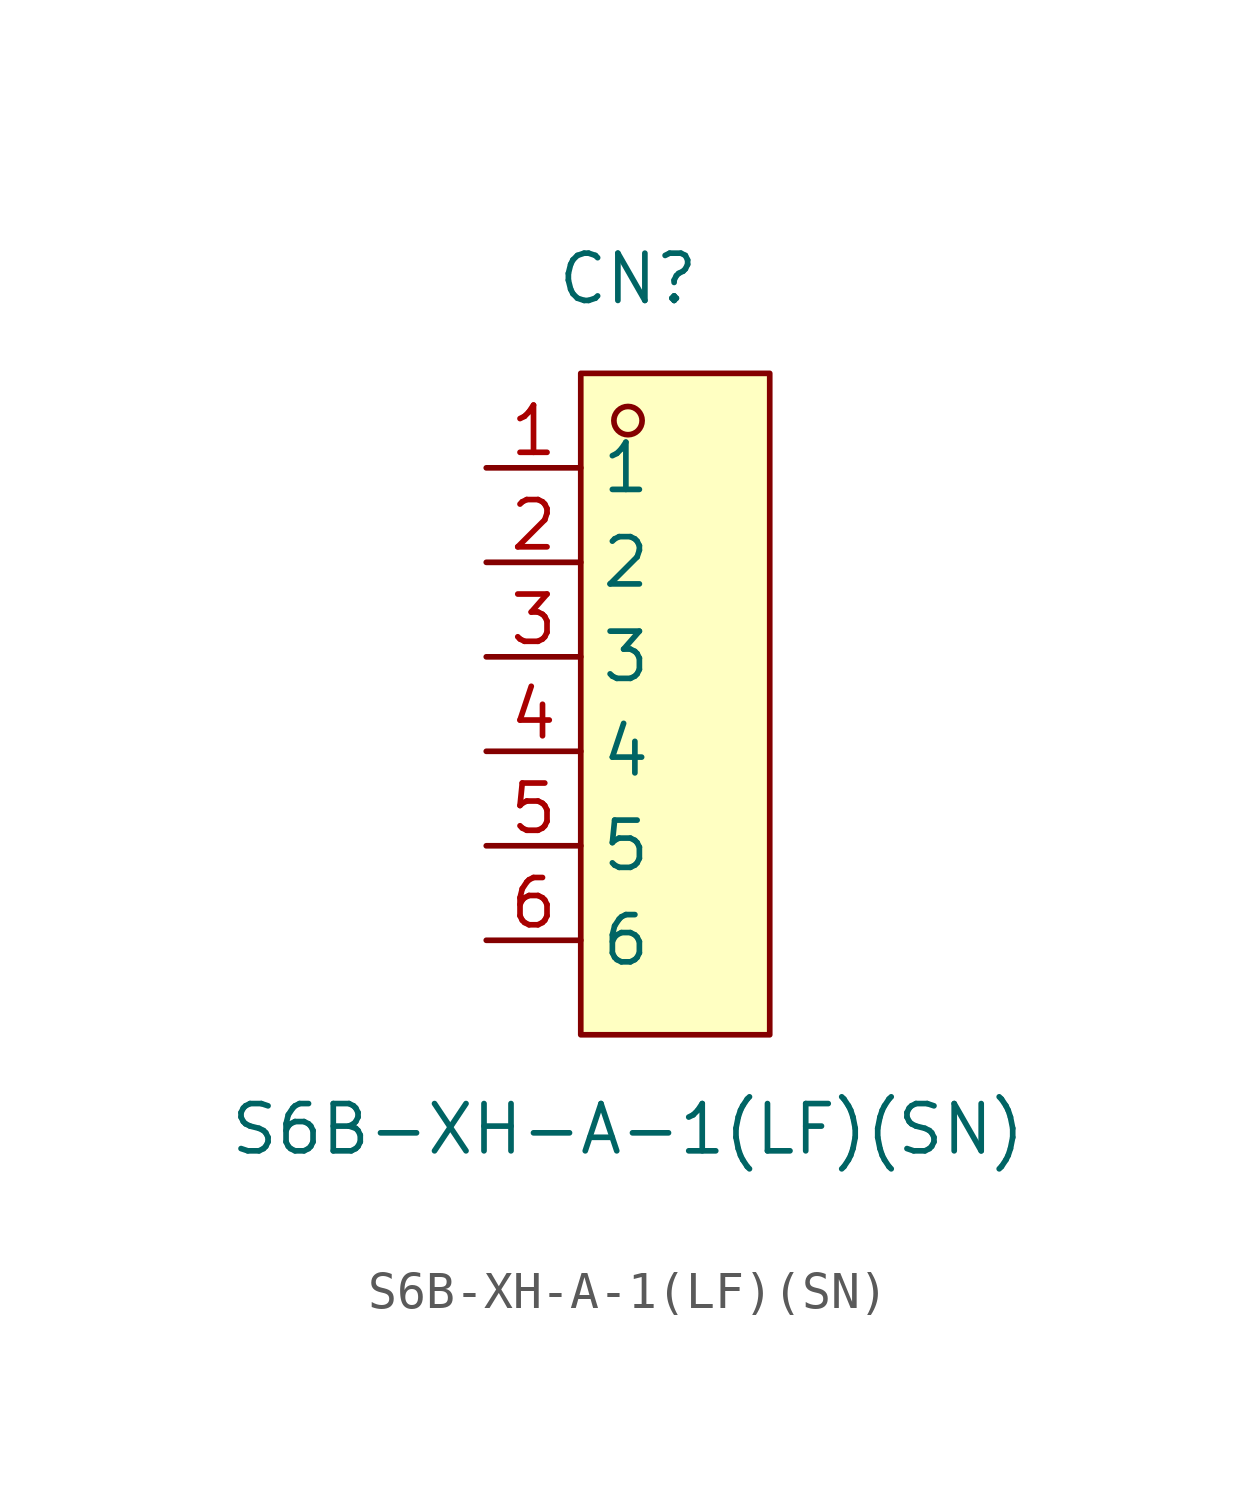
<source format=kicad_sym>
(kicad_symbol_lib
  (version 20220914)
  (generator kicad_symbol_editor)
  (symbol "S6B-XH-A-1(LF)(SN)"
    (property "Reference" "CN"
      (at 0 11.43 0)
      (effects (font (size 1.27 1.27))))
    (property "Value" "S6B-XH-A-1(LF)(SN)"
      (at 0 -11.43 0)
      (effects (font (size 1.27 1.27))))
    (symbol "S6B-XH-A-1(LF)(SN)_0_1"
      (rectangle (start -1.27 8.89) (end 3.81 -8.89) (stroke (width 0) (type default)) (fill (type background)))
      (circle (center 0 7.62) (radius 0.38) (stroke (width 0) (type default)) (fill (type none))))
    (symbol "S6B-XH-A-1(LF)(SN)_1_1"
      (pin passive line (at -3.81 6.35 0) (length 2.54) (name "1" (effects (font (size 1.27 1.27)))) (number "1" (effects (font (size 1.27 1.27)))))
      (pin passive line (at -3.81 3.81 0) (length 2.54) (name "2" (effects (font (size 1.27 1.27)))) (number "2" (effects (font (size 1.27 1.27)))))
      (pin passive line (at -3.81 1.27 0) (length 2.54) (name "3" (effects (font (size 1.27 1.27)))) (number "3" (effects (font (size 1.27 1.27)))))
      (pin passive line (at -3.81 -1.27 0) (length 2.54) (name "4" (effects (font (size 1.27 1.27)))) (number "4" (effects (font (size 1.27 1.27)))))
      (pin passive line (at -3.81 -3.81 0) (length 2.54) (name "5" (effects (font (size 1.27 1.27)))) (number "5" (effects (font (size 1.27 1.27)))))
      (pin passive line (at -3.81 -6.35 0) (length 2.54) (name "6" (effects (font (size 1.27 1.27)))) (number "6" (effects (font (size 1.27 1.27))))))))
</source>
